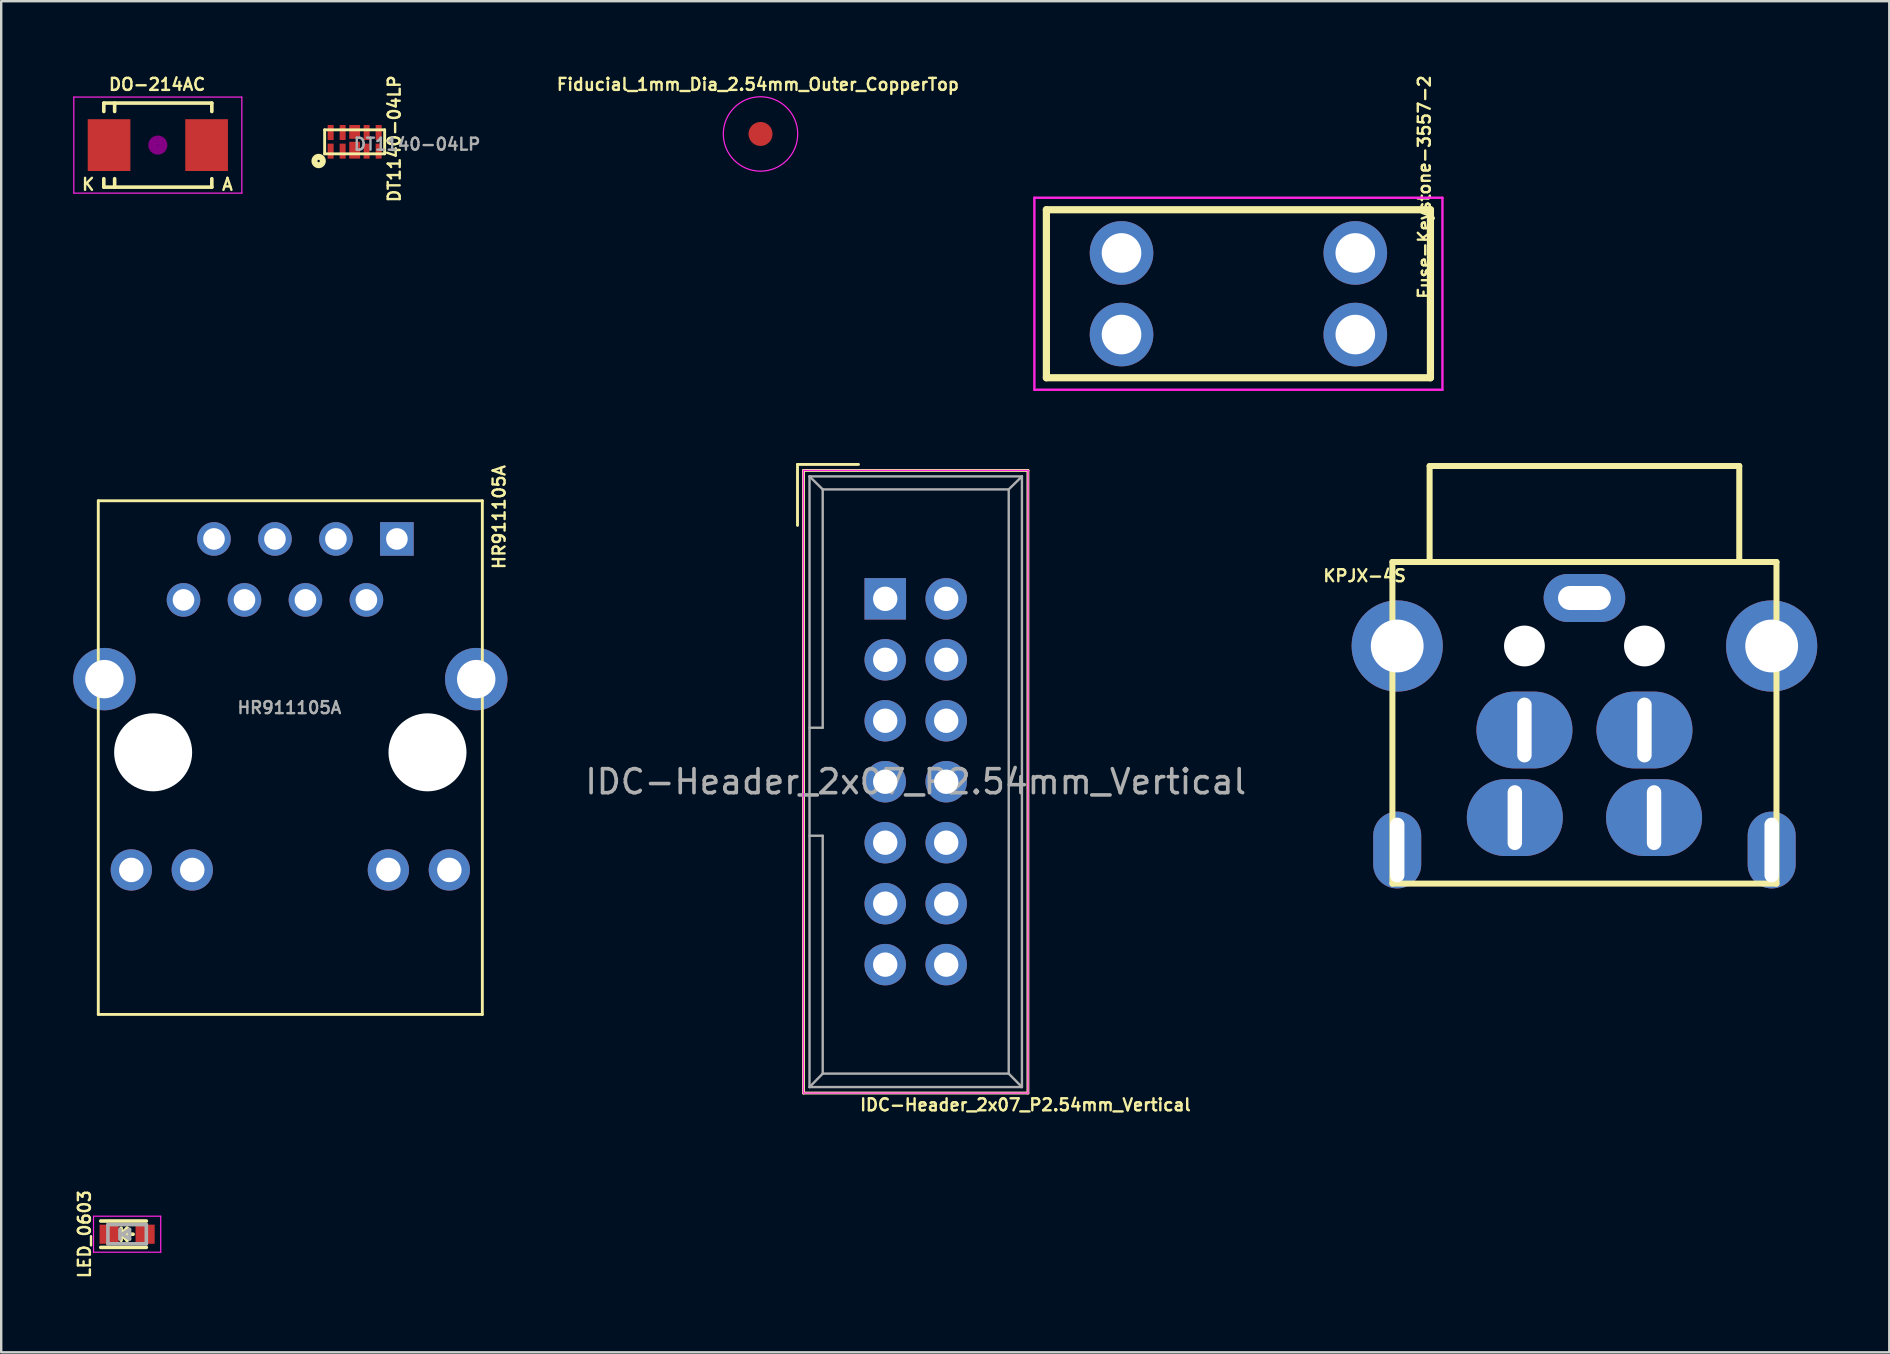
<source format=kicad_pcb>
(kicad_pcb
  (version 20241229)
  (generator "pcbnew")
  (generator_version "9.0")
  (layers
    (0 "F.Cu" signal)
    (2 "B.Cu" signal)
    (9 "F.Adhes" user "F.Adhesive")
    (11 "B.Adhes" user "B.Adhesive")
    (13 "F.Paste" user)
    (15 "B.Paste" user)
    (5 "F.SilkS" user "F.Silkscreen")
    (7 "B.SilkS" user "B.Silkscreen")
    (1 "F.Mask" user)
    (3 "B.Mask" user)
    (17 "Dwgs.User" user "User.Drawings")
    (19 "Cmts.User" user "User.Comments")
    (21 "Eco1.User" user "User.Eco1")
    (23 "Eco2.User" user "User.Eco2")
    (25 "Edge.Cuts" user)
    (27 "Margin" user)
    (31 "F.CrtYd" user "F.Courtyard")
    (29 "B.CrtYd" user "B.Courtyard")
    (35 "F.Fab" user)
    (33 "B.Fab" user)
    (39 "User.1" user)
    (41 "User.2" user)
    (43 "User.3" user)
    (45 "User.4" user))
  (footprint "HR911105A"
    (layer "F.Cu")
    (at 9.045 28.293)
    (property "Reference" "HR911105A" (at 8.7 -9.8 90) (layer "F.SilkS") (effects (font (size 0.5 0.5) (thickness 0.1))))
    (attr through_hole)
    (fp_line (start -8 -10.48) (end -8 10.92) (stroke (width 0.12) (type solid)) (layer "F.SilkS"))
    (fp_line (start -8 10.92) (end 8 10.92) (stroke (width 0.12) (type solid)) (layer "F.SilkS"))
    (fp_line (start 8 -10.48) (end -8 -10.48) (stroke (width 0.12) (type solid)) (layer "F.SilkS"))
    (fp_line (start 8 10.92) (end 8 -10.48) (stroke (width 0.12) (type solid)) (layer "F.SilkS"))
    (fp_text user "${REFERENCE}" (at -0.04 -1.86 0) (layer "F.Fab") (effects (font (size 0.5 0.5) (thickness 0.1))))
    (pad "" np_thru_hole circle (at -5.715 0) (size 3.25 3.25) (drill 3.25) (layers "*.Cu" "*.Mask"))
    (pad "" np_thru_hole circle (at 5.715 0) (size 3.25 3.25) (drill 3.25) (layers "*.Cu" "*.Mask"))
    (pad "1" thru_hole circle (at -4.45 -6.35) (size 1.4 1.4) (drill 0.9) (layers "*.Cu" "*.Mask"))
    (pad "2" thru_hole circle (at -3.18 -8.89) (size 1.4 1.4) (drill 0.9) (layers "*.Cu" "*.Mask"))
    (pad "3" thru_hole circle (at -1.91 -6.35) (size 1.4 1.4) (drill 0.9) (layers "*.Cu" "*.Mask"))
    (pad "4" thru_hole circle (at -0.64 -8.89) (size 1.4 1.4) (drill 0.9) (layers "*.Cu" "*.Mask"))
    (pad "5" thru_hole circle (at 0.63 -6.35) (size 1.4 1.4) (drill 0.9) (layers "*.Cu" "*.Mask"))
    (pad "6" thru_hole circle (at 1.9 -8.89) (size 1.4 1.4) (drill 0.9) (layers "*.Cu" "*.Mask"))
    (pad "7" thru_hole circle (at 3.17 -6.35) (size 1.4 1.4) (drill 0.9) (layers "*.Cu" "*.Mask"))
    (pad "8" thru_hole rect (at 4.44 -8.89) (size 1.4 1.4) (drill 0.9) (layers "*.Cu" "*.Mask"))
    (pad "9" thru_hole circle (at -6.625 4.9) (size 1.72 1.72) (drill 1.02) (layers "*.Cu" "*.Mask"))
    (pad "10" thru_hole circle (at -4.085 4.9) (size 1.72 1.72) (drill 1.02) (layers "*.Cu" "*.Mask"))
    (pad "11" thru_hole circle (at 4.085 4.9) (size 1.72 1.72) (drill 1.02) (layers "*.Cu" "*.Mask"))
    (pad "12" thru_hole circle (at 6.625 4.9) (size 1.72 1.72) (drill 1.02) (layers "*.Cu" "*.Mask"))
    (pad "13" thru_hole circle (at -7.745 -3.05) (size 2.6 2.6) (drill 1.6) (layers "*.Cu" "*.Mask"))
    (pad "13" thru_hole circle (at 7.745 -3.05) (size 2.6 2.6) (drill 1.6) (layers "*.Cu" "*.Mask")))
  (footprint "LED_0603"
    (layer "F.Cu")
    (at 2.246 48.369)
    (property "Reference" "LED_0603" (at -1.778 0 270) (layer "F.SilkS") (effects (font (size 0.5 0.5) (thickness 0.1))))
    (attr smd)
    (fp_line (start -1.1 -0.55) (end 0.8 -0.55) (stroke (width 0.15) (type solid)) (layer "F.SilkS"))
    (fp_line (start -1.1 0.55) (end 0.8 0.55) (stroke (width 0.15) (type solid)) (layer "F.SilkS"))
    (fp_line (start -0.25 -0.25) (end -0.25 0.25) (stroke (width 0.15) (type solid)) (layer "F.SilkS"))
    (fp_line (start -0.25 0) (end 0 -0.25) (stroke (width 0.15) (type solid)) (layer "F.SilkS"))
    (fp_line (start -0.2 0) (end 0.25 0) (stroke (width 0.15) (type solid)) (layer "F.SilkS"))
    (fp_line (start 0 -0.25) (end 0 0.25) (stroke (width 0.15) (type solid)) (layer "F.SilkS"))
    (fp_line (start 0 0.25) (end -0.25 0) (stroke (width 0.15) (type solid)) (layer "F.SilkS"))
    (fp_line (start -1.4 -0.75) (end 1.4 -0.75) (stroke (width 0.05) (type solid)) (layer "F.CrtYd"))
    (fp_line (start -1.4 0.75) (end -1.4 -0.75) (stroke (width 0.05) (type solid)) (layer "F.CrtYd"))
    (fp_line (start 1.4 -0.75) (end 1.4 0.75) (stroke (width 0.05) (type solid)) (layer "F.CrtYd"))
    (fp_line (start 1.4 0.75) (end -1.4 0.75) (stroke (width 0.05) (type solid)) (layer "F.CrtYd"))
    (fp_line (start -0.8 -0.4) (end 0.8 -0.4) (stroke (width 0.15) (type solid)) (layer "F.Fab"))
    (fp_line (start -0.8 0.4) (end -0.8 -0.4) (stroke (width 0.15) (type solid)) (layer "F.Fab"))
    (fp_line (start -0.3 -0.2) (end -0.3 0.2) (stroke (width 0.15) (type solid)) (layer "F.Fab"))
    (fp_line (start -0.2 0) (end 0.1 -0.2) (stroke (width 0.15) (type solid)) (layer "F.Fab"))
    (fp_line (start 0.1 -0.2) (end 0.1 0.2) (stroke (width 0.15) (type solid)) (layer "F.Fab"))
    (fp_line (start 0.1 0.2) (end -0.2 0) (stroke (width 0.15) (type solid)) (layer "F.Fab"))
    (fp_line (start 0.8 -0.4) (end 0.8 0.4) (stroke (width 0.15) (type solid)) (layer "F.Fab"))
    (fp_line (start 0.8 0.4) (end -0.8 0.4) (stroke (width 0.15) (type solid)) (layer "F.Fab"))
    (pad "1" smd rect (at -0.749 0 180) (size 0.798 0.798) (layers "F.Cu" "F.Mask" "F.Paste"))
    (pad "2" smd rect (at 0.749 0 180) (size 0.798 0.798) (layers "F.Cu" "F.Mask" "F.Paste")))
  (footprint "DO-214AC"
    (layer "F.Cu")
    (at 3.525 2.995)
    (property "Reference" "DO-214AC" (at -0.029 -2.527 180) (layer "F.SilkS") (effects (font (size 0.5 0.5) (thickness 0.1))))
    (attr smd)
    (fp_line (start -2.25 -1.75) (end -2.25 -1.4) (stroke (width 0.15) (type solid)) (layer "F.SilkS"))
    (fp_line (start -2.25 -1.75) (end 2.25 -1.75) (stroke (width 0.15) (type solid)) (layer "F.SilkS"))
    (fp_line (start -2.25 1.75) (end -2.25 1.4) (stroke (width 0.15) (type solid)) (layer "F.SilkS"))
    (fp_line (start -2.25 1.75) (end 2.25 1.75) (stroke (width 0.15) (type solid)) (layer "F.SilkS"))
    (fp_line (start -1.799 -1.75) (end -1.799 -1.4) (stroke (width 0.15) (type solid)) (layer "F.SilkS"))
    (fp_line (start -1.799 1.75) (end -1.799 1.4) (stroke (width 0.15) (type solid)) (layer "F.SilkS"))
    (fp_line (start 2.25 -1.75) (end 2.25 -1.4) (stroke (width 0.15) (type solid)) (layer "F.SilkS"))
    (fp_line (start 2.25 1.75) (end 2.25 1.4) (stroke (width 0.15) (type solid)) (layer "F.SilkS"))
    (fp_circle (center 0 0) (end 0.201 -0.051) (stroke (width 0.381) (type solid)) (fill no) (layer "F.Adhes"))
    (fp_line (start -3.5 -2) (end 3.5 -2) (stroke (width 0.05) (type solid)) (layer "F.CrtYd"))
    (fp_line (start -3.5 2) (end -3.5 -2) (stroke (width 0.05) (type solid)) (layer "F.CrtYd"))
    (fp_line (start 3.5 -2) (end 3.5 2) (stroke (width 0.05) (type solid)) (layer "F.CrtYd"))
    (fp_line (start 3.5 2) (end -3.5 2) (stroke (width 0.05) (type solid)) (layer "F.CrtYd"))
    (fp_text user "K" (at -2.9 1.637 0) (layer "F.SilkS") (effects (font (size 0.5 0.5) (thickness 0.1))))
    (fp_text user "A" (at 2.9 1.637 0) (layer "F.SilkS") (effects (font (size 0.5 0.5) (thickness 0.1))))
    (pad "1" smd rect (at -2.032 0) (size 1.778 2.159) (layers "F.Cu" "F.Mask" "F.Paste"))
    (pad "2" smd rect (at 2.032 0) (size 1.778 2.159) (layers "F.Cu" "F.Mask" "F.Paste")))
  (footprint "KPJX-4S"
    (layer "F.Cu")
    (at 62.96 27.363)
    (property "Reference" "KPJX-4S" (at -9.159 -6.426 0) (layer "F.SilkS") (effects (font (size 0.5 0.5) (thickness 0.1))))
    (attr through_hole)
    (fp_line (start -8 -7) (end -8 6.4) (stroke (width 0.25) (type solid)) (layer "F.SilkS"))
    (fp_line (start -8 6.4) (end 8 6.4) (stroke (width 0.25) (type solid)) (layer "F.SilkS"))
    (fp_line (start -6.45 -11) (end -6.45 -7) (stroke (width 0.25) (type solid)) (layer "F.SilkS"))
    (fp_line (start 6.45 -11) (end -6.45 -11) (stroke (width 0.25) (type solid)) (layer "F.SilkS"))
    (fp_line (start 6.45 -11) (end 6.45 -7) (stroke (width 0.25) (type solid)) (layer "F.SilkS"))
    (fp_line (start 8 -7) (end -8 -7) (stroke (width 0.25) (type solid)) (layer "F.SilkS"))
    (fp_line (start 8 6.4) (end 8 -7) (stroke (width 0.25) (type solid)) (layer "F.SilkS"))
    (pad "" np_thru_hole circle (at -2.5 -3.5) (size 1.7 1.7) (drill 1.7) (layers "*.Cu" "*.Mask"))
    (pad "" np_thru_hole circle (at 2.5 -3.5) (size 1.7 1.7) (drill 1.7) (layers "*.Cu" "*.Mask"))
    (pad "1" thru_hole oval (at 2.9 3.65) (size 4 3.2) (drill oval 0.6 2.7) (layers "*.Cu" "*.Mask"))
    (pad "2" thru_hole oval (at -2.9 3.65) (size 4 3.2) (drill oval 0.6 2.7) (layers "*.Cu" "*.Mask"))
    (pad "3" thru_hole oval (at 2.5 0) (size 4 3.2) (drill oval 0.6 2.7) (layers "*.Cu" "*.Mask"))
    (pad "4" thru_hole oval (at -2.5 0) (size 4 3.2) (drill oval 0.6 2.7) (layers "*.Cu" "*.Mask"))
    (pad "5" thru_hole oval (at 0 -5.5) (size 3.4 2) (drill oval 2.2 1) (layers "*.Cu" "*.Mask"))
    (pad "6" thru_hole oval (at -7.8 5) (size 2 3.2) (drill oval 0.6 2.7) (layers "*.Cu" "*.Mask"))
    (pad "7" thru_hole oval (at 7.8 5) (size 2 3.2) (drill oval 0.6 2.7) (layers "*.Cu" "*.Mask"))
    (pad "8" thru_hole circle (at -7.8 -3.5) (size 3.8 3.8) (drill 2.2) (layers "*.Cu" "*.Mask"))
    (pad "9" thru_hole circle (at 7.8 -3.5) (size 3.8 3.8) (drill 2.2) (layers "*.Cu" "*.Mask")))
  (footprint "Fiducial_1mm_Dia_2.54mm_Outer_CopperTop"
    (layer "F.Cu")
    (at 28.634 2.531)
    (property "Reference" "Fiducial_1mm_Dia_2.54mm_Outer_CopperTop" (at -0.109 -2.063 0) (layer "F.SilkS") (effects (font (size 0.5 0.5) (thickness 0.1))))
    (attr smd)
    (fp_circle (center 0 0) (end 1.55 0) (stroke (width 0.05) (type solid)) (fill no) (layer "F.CrtYd"))
    (pad "~" smd circle (at 0 0) (size 1 1) (layers "F.Cu" "F.Mask")))
  (footprint "Fuse-Keystone-3557-2"
    (layer "F.Cu")
    (at 48.544 9.188)
    (property "Reference" "Fuse-Keystone-3557-2" (at 7.747 -4.445 270) (layer "F.SilkS") (effects (font (size 0.5 0.5) (thickness 0.1))))
    (attr through_hole)
    (fp_line (start -8 -3.5) (end -8 3.5) (stroke (width 0.3) (type solid)) (layer "F.SilkS"))
    (fp_line (start -8 3.5) (end 8 3.5) (stroke (width 0.3) (type solid)) (layer "F.SilkS"))
    (fp_line (start 8 -3.5) (end -8 -3.5) (stroke (width 0.3) (type solid)) (layer "F.SilkS"))
    (fp_line (start 8 3.5) (end 8 -3.5) (stroke (width 0.3) (type solid)) (layer "F.SilkS"))
    (fp_line (start -8.5 -4) (end 8.5 -4) (stroke (width 0.1) (type solid)) (layer "F.CrtYd"))
    (fp_line (start -8.5 4) (end -8.5 -4) (stroke (width 0.1) (type solid)) (layer "F.CrtYd"))
    (fp_line (start 8.5 -4) (end 8.5 4) (stroke (width 0.1) (type solid)) (layer "F.CrtYd"))
    (fp_line (start 8.5 4) (end -8.5 4) (stroke (width 0.1) (type solid)) (layer "F.CrtYd"))
    (pad "1" thru_hole circle (at -4.87 -1.7) (size 2.65 2.65) (drill 1.65) (layers "*.Cu" "*.Mask"))
    (pad "1" thru_hole circle (at -4.87 1.7) (size 2.65 2.65) (drill 1.65) (layers "*.Cu" "*.Mask"))
    (pad "2" thru_hole circle (at 4.87 -1.7) (size 2.65 2.65) (drill 1.65) (layers "*.Cu" "*.Mask"))
    (pad "2" thru_hole circle (at 4.87 1.7) (size 2.65 2.65) (drill 1.65) (layers "*.Cu" "*.Mask")))
  (footprint "IDC-Header_2x07_P2.54mm_Vertical"
    (layer "F.Cu")
    (at 33.83 21.898)
    (property "Reference" "IDC-Header_2x07_P2.54mm_Vertical" (at 5.842 21.082 180) (layer "F.SilkS") (effects (font (size 0.5 0.5) (thickness 0.1))))
    (attr through_hole)
    (fp_line (start -3.655 -5.6) (end -3.655 -3.06) (stroke (width 0.12) (type solid)) (layer "F.SilkS"))
    (fp_line (start -3.655 -5.6) (end -1.115 -5.6) (stroke (width 0.12) (type solid)) (layer "F.SilkS"))
    (fp_line (start -3.405 -5.35) (end 5.945 -5.35) (stroke (width 0.12) (type solid)) (layer "F.SilkS"))
    (fp_line (start -3.405 20.59) (end -3.405 -5.35) (stroke (width 0.12) (type solid)) (layer "F.SilkS"))
    (fp_line (start 5.945 -5.35) (end 5.945 20.59) (stroke (width 0.12) (type solid)) (layer "F.SilkS"))
    (fp_line (start 5.945 20.59) (end -3.405 20.59) (stroke (width 0.12) (type solid)) (layer "F.SilkS"))
    (fp_line (start -3.41 -5.35) (end 5.95 -5.35) (stroke (width 0.05) (type solid)) (layer "F.CrtYd"))
    (fp_line (start -3.41 20.59) (end -3.41 -5.35) (stroke (width 0.05) (type solid)) (layer "F.CrtYd"))
    (fp_line (start 5.95 -5.35) (end 5.95 20.59) (stroke (width 0.05) (type solid)) (layer "F.CrtYd"))
    (fp_line (start 5.95 20.59) (end -3.41 20.59) (stroke (width 0.05) (type solid)) (layer "F.CrtYd"))
    (fp_line (start -3.155 -5.1) (end -3.155 20.34) (stroke (width 0.1) (type solid)) (layer "F.Fab"))
    (fp_line (start -3.155 -5.1) (end -2.605 -4.56) (stroke (width 0.1) (type solid)) (layer "F.Fab"))
    (fp_line (start -3.155 20.34) (end -2.605 19.78) (stroke (width 0.1) (type solid)) (layer "F.Fab"))
    (fp_line (start -2.605 -4.56) (end -2.605 5.37) (stroke (width 0.1) (type solid)) (layer "F.Fab"))
    (fp_line (start -2.605 5.37) (end -3.155 5.37) (stroke (width 0.1) (type solid)) (layer "F.Fab"))
    (fp_line (start -2.605 9.87) (end -3.155 9.87) (stroke (width 0.1) (type solid)) (layer "F.Fab"))
    (fp_line (start -2.605 9.87) (end -2.605 19.78) (stroke (width 0.1) (type solid)) (layer "F.Fab"))
    (fp_line (start 5.145 -4.56) (end -2.605 -4.56) (stroke (width 0.1) (type solid)) (layer "F.Fab"))
    (fp_line (start 5.145 -4.56) (end 5.145 19.78) (stroke (width 0.1) (type solid)) (layer "F.Fab"))
    (fp_line (start 5.145 19.78) (end -2.605 19.78) (stroke (width 0.1) (type solid)) (layer "F.Fab"))
    (fp_line (start 5.695 -5.1) (end -3.155 -5.1) (stroke (width 0.1) (type solid)) (layer "F.Fab"))
    (fp_line (start 5.695 -5.1) (end 5.145 -4.56) (stroke (width 0.1) (type solid)) (layer "F.Fab"))
    (fp_line (start 5.695 -5.1) (end 5.695 20.34) (stroke (width 0.1) (type solid)) (layer "F.Fab"))
    (fp_line (start 5.695 20.34) (end -3.155 20.34) (stroke (width 0.1) (type solid)) (layer "F.Fab"))
    (fp_line (start 5.695 20.34) (end 5.145 19.78) (stroke (width 0.1) (type solid)) (layer "F.Fab"))
    (fp_text user "${REFERENCE}" (at 1.27 7.62 0) (layer "F.Fab") (effects (font (size 1 1) (thickness 0.15))))
    (pad "1" thru_hole rect (at 0 0) (size 1.727 1.727) (drill 1.016) (layers "*.Cu" "*.Mask"))
    (pad "2" thru_hole oval (at 2.54 0) (size 1.727 1.727) (drill 1.016) (layers "*.Cu" "*.Mask"))
    (pad "3" thru_hole oval (at 0 2.54) (size 1.727 1.727) (drill 1.016) (layers "*.Cu" "*.Mask"))
    (pad "4" thru_hole oval (at 2.54 2.54) (size 1.727 1.727) (drill 1.016) (layers "*.Cu" "*.Mask"))
    (pad "5" thru_hole oval (at 0 5.08) (size 1.727 1.727) (drill 1.016) (layers "*.Cu" "*.Mask"))
    (pad "6" thru_hole oval (at 2.54 5.08) (size 1.727 1.727) (drill 1.016) (layers "*.Cu" "*.Mask"))
    (pad "7" thru_hole oval (at 0 7.62) (size 1.727 1.727) (drill 1.016) (layers "*.Cu" "*.Mask"))
    (pad "8" thru_hole oval (at 2.54 7.62) (size 1.727 1.727) (drill 1.016) (layers "*.Cu" "*.Mask"))
    (pad "9" thru_hole oval (at 0 10.16) (size 1.727 1.727) (drill 1.016) (layers "*.Cu" "*.Mask"))
    (pad "10" thru_hole oval (at 2.54 10.16) (size 1.727 1.727) (drill 1.016) (layers "*.Cu" "*.Mask"))
    (pad "11" thru_hole oval (at 0 12.7) (size 1.727 1.727) (drill 1.016) (layers "*.Cu" "*.Mask"))
    (pad "12" thru_hole oval (at 2.54 12.7) (size 1.727 1.727) (drill 1.016) (layers "*.Cu" "*.Mask"))
    (pad "13" thru_hole oval (at 0 15.24) (size 1.727 1.727) (drill 1.016) (layers "*.Cu" "*.Mask"))
    (pad "14" thru_hole oval (at 2.54 15.24) (size 1.727 1.727) (drill 1.016) (layers "*.Cu" "*.Mask")))
  (footprint "DT1140-04LP"
    (layer "F.Cu")
    (at 11.725 2.858)
    (property "Reference" "DT1140-04LP" (at 1.651 -0.127 90) (layer "F.SilkS") (effects (font (size 0.5 0.5) (thickness 0.1))))
    (attr smd)
    (fp_line (start -1.25 -0.5) (end -1.25 0.5) (stroke (width 0.12) (type solid)) (layer "F.SilkS"))
    (fp_line (start 1.25 -0.5) (end -1.25 -0.5) (stroke (width 0.12) (type solid)) (layer "F.SilkS"))
    (fp_line (start 1.25 -0.5) (end 1.25 0.5) (stroke (width 0.12) (type solid)) (layer "F.SilkS"))
    (fp_line (start 1.25 0.5) (end -1.25 0.5) (stroke (width 0.12) (type solid)) (layer "F.SilkS"))
    (fp_circle (center -1.5 0.8) (end -1.45 0.8) (stroke (width 0.25) (type solid)) (fill no) (layer "F.SilkS"))
    (fp_text user "${REFERENCE}" (at 2.6 0.1 0) (layer "F.Fab") (effects (font (size 0.5 0.5) (thickness 0.1))))
    (pad "1" smd rect (at -1 -0.388) (size 0.25 0.625) (layers "F.Cu" "F.Mask" "F.Paste"))
    (pad "1" smd rect (at -1 0.388) (size 0.25 0.625) (layers "F.Cu" "F.Mask" "F.Paste"))
    (pad "2" smd rect (at -0.5 -0.388) (size 0.25 0.625) (layers "F.Cu" "F.Mask" "F.Paste"))
    (pad "2" smd rect (at -0.5 0.388) (size 0.25 0.625) (layers "F.Cu" "F.Mask" "F.Paste"))
    (pad "3" smd rect (at 0 -0.412) (size 0.45 0.575) (layers "F.Cu" "F.Mask" "F.Paste"))
    (pad "3" smd rect (at 0 0.35) (size 0.45 0.7) (layers "F.Cu" "F.Mask" "F.Paste"))
    (pad "4" smd rect (at 0.5 -0.388) (size 0.25 0.625) (layers "F.Cu" "F.Mask" "F.Paste"))
    (pad "4" smd rect (at 0.5 0.388) (size 0.25 0.625) (layers "F.Cu" "F.Mask" "F.Paste"))
    (pad "5" smd rect (at 1 -0.388) (size 0.25 0.625) (layers "F.Cu" "F.Mask" "F.Paste"))
    (pad "5" smd rect (at 1 0.388) (size 0.25 0.625) (layers "F.Cu" "F.Mask" "F.Paste")))
  (gr_rect
    (start -3 -3)
    (end 75.66 53.291)
    (stroke (width 0.1) (type default))
    (fill no)
    (layer "Edge.Cuts")))
</source>
